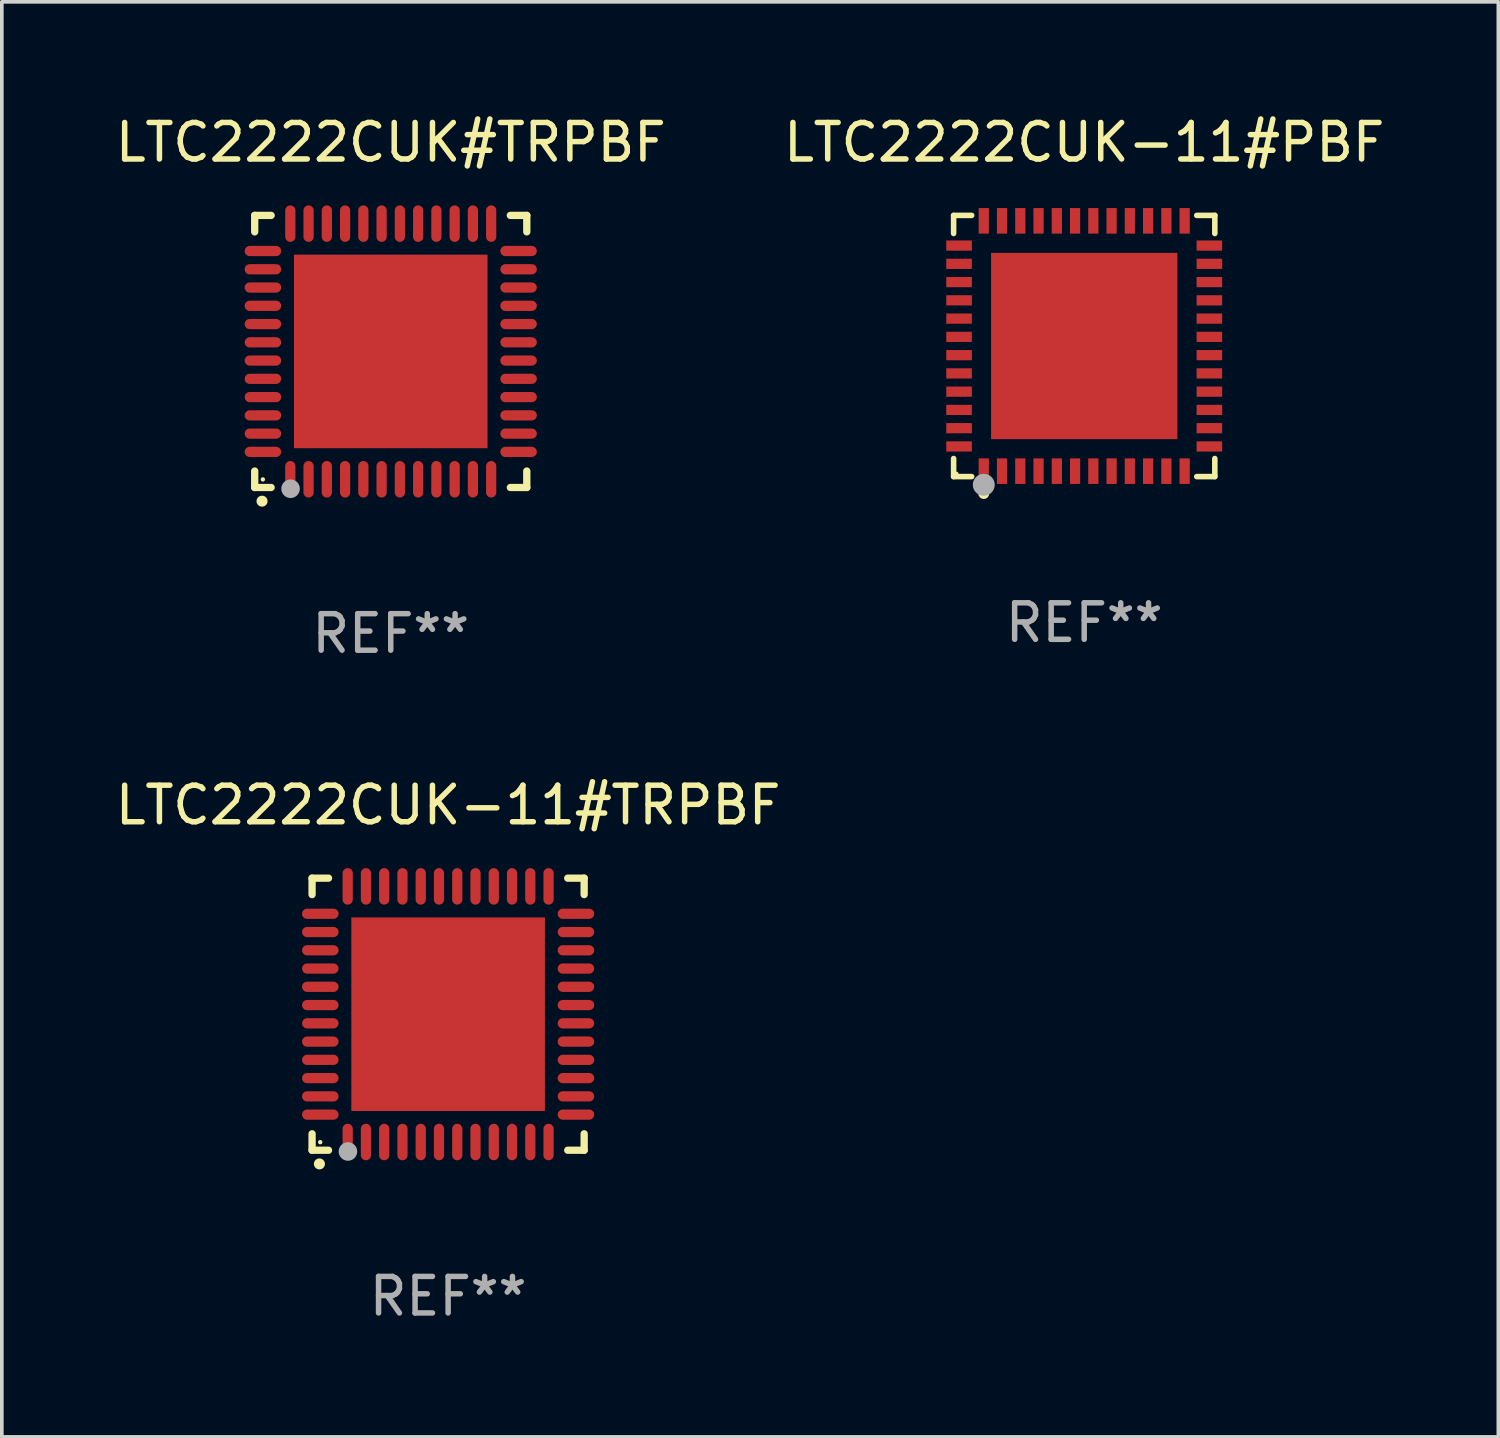
<source format=kicad_pcb>
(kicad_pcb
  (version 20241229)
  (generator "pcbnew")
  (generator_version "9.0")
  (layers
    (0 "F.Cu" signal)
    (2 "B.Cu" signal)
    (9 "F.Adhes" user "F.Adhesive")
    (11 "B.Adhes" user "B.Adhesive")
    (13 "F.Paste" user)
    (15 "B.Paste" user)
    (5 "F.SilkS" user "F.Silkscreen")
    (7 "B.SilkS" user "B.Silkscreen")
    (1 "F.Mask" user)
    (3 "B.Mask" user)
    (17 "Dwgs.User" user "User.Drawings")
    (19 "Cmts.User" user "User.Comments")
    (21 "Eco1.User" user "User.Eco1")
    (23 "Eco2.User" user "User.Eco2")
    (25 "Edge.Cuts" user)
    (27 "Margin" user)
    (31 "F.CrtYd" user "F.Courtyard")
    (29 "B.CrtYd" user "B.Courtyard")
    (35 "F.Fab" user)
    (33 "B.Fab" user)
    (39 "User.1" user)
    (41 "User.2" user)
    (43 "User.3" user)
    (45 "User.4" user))
  (footprint "LTC2222CUK#TRPBF"
    (layer "F.Cu")
    (at 7.649 6.573)
    (property "Reference" "LTC2222CUK#TRPBF" (at 0 -5.725 0) (layer "F.SilkS") (effects (font (size 1 1) (thickness 0.15))))
    (attr through_hole)
    (fp_line (start -3.725 -3.725) (end -3.275 -3.725) (stroke (width 0.2) (type solid)) (layer "F.SilkS"))
    (fp_line (start -3.725 -3.275) (end -3.725 -3.725) (stroke (width 0.2) (type solid)) (layer "F.SilkS"))
    (fp_line (start -3.725 3.725) (end -3.725 3.275) (stroke (width 0.2) (type solid)) (layer "F.SilkS"))
    (fp_line (start -3.275 3.725) (end -3.725 3.725) (stroke (width 0.2) (type solid)) (layer "F.SilkS"))
    (fp_line (start 3.275 3.725) (end 3.725 3.725) (stroke (width 0.2) (type solid)) (layer "F.SilkS"))
    (fp_line (start 3.725 -3.725) (end 3.275 -3.725) (stroke (width 0.2) (type solid)) (layer "F.SilkS"))
    (fp_line (start 3.725 -3.275) (end 3.725 -3.725) (stroke (width 0.2) (type solid)) (layer "F.SilkS"))
    (fp_line (start 3.725 3.725) (end 3.725 3.275) (stroke (width 0.2) (type solid)) (layer "F.SilkS"))
    (fp_arc (start -3.525527 4.099568) (mid -3.524257 4.099563) (end -3.522987 4.099568) (stroke (width 0.3) (type solid)) (layer "F.SilkS"))
    (fp_circle (center -3.502 3.504) (end -3.472 3.504) (stroke (width 0.06) (type solid)) (fill no) (layer "F.SilkS"))
    (fp_circle (center -2.743 3.759) (end -2.616 3.759) (stroke (width 0.254) (type solid)) (fill no) (layer "F.Fab"))
    (fp_text user "REF**" (at 0 7.725 0) (layer "F.Fab") (effects (font (size 1 1) (thickness 0.15))))
    (pad "1" smd oval (at -2.75 3.5) (size 0.28 1) (layers "F.Cu" "F.Mask" "F.Paste"))
    (pad "2" smd oval (at -2.25 3.5) (size 0.28 1) (layers "F.Cu" "F.Mask" "F.Paste"))
    (pad "3" smd oval (at -1.75 3.5) (size 0.28 1) (layers "F.Cu" "F.Mask" "F.Paste"))
    (pad "4" smd oval (at -1.25 3.5) (size 0.28 1) (layers "F.Cu" "F.Mask" "F.Paste"))
    (pad "5" smd oval (at -0.75 3.5) (size 0.28 1) (layers "F.Cu" "F.Mask" "F.Paste"))
    (pad "6" smd oval (at -0.25 3.5) (size 0.28 1) (layers "F.Cu" "F.Mask" "F.Paste"))
    (pad "7" smd oval (at 0.25 3.5) (size 0.28 1) (layers "F.Cu" "F.Mask" "F.Paste"))
    (pad "8" smd oval (at 0.75 3.5) (size 0.28 1) (layers "F.Cu" "F.Mask" "F.Paste"))
    (pad "9" smd oval (at 1.25 3.5) (size 0.28 1) (layers "F.Cu" "F.Mask" "F.Paste"))
    (pad "10" smd oval (at 1.75 3.5) (size 0.28 1) (layers "F.Cu" "F.Mask" "F.Paste"))
    (pad "11" smd oval (at 2.25 3.5) (size 0.28 1) (layers "F.Cu" "F.Mask" "F.Paste"))
    (pad "12" smd oval (at 2.75 3.5) (size 0.28 1) (layers "F.Cu" "F.Mask" "F.Paste"))
    (pad "13" smd oval (at 3.5 2.75) (size 1 0.28) (layers "F.Cu" "F.Mask" "F.Paste"))
    (pad "14" smd oval (at 3.5 2.25) (size 1 0.28) (layers "F.Cu" "F.Mask" "F.Paste"))
    (pad "15" smd oval (at 3.5 1.75) (size 1 0.28) (layers "F.Cu" "F.Mask" "F.Paste"))
    (pad "16" smd oval (at 3.5 1.25) (size 1 0.28) (layers "F.Cu" "F.Mask" "F.Paste"))
    (pad "17" smd oval (at 3.5 0.75) (size 1 0.28) (layers "F.Cu" "F.Mask" "F.Paste"))
    (pad "18" smd oval (at 3.5 0.25) (size 1 0.28) (layers "F.Cu" "F.Mask" "F.Paste"))
    (pad "19" smd oval (at 3.5 -0.25) (size 1 0.28) (layers "F.Cu" "F.Mask" "F.Paste"))
    (pad "20" smd oval (at 3.5 -0.75) (size 1 0.28) (layers "F.Cu" "F.Mask" "F.Paste"))
    (pad "21" smd oval (at 3.5 -1.25) (size 1 0.28) (layers "F.Cu" "F.Mask" "F.Paste"))
    (pad "22" smd oval (at 3.5 -1.75) (size 1 0.28) (layers "F.Cu" "F.Mask" "F.Paste"))
    (pad "23" smd oval (at 3.5 -2.25) (size 1 0.28) (layers "F.Cu" "F.Mask" "F.Paste"))
    (pad "24" smd oval (at 3.5 -2.75) (size 1 0.28) (layers "F.Cu" "F.Mask" "F.Paste"))
    (pad "25" smd oval (at 2.75 -3.5) (size 0.28 1) (layers "F.Cu" "F.Mask" "F.Paste"))
    (pad "26" smd oval (at 2.25 -3.5) (size 0.28 1) (layers "F.Cu" "F.Mask" "F.Paste"))
    (pad "27" smd oval (at 1.75 -3.5) (size 0.28 1) (layers "F.Cu" "F.Mask" "F.Paste"))
    (pad "28" smd oval (at 1.25 -3.5) (size 0.28 1) (layers "F.Cu" "F.Mask" "F.Paste"))
    (pad "29" smd oval (at 0.75 -3.5) (size 0.28 1) (layers "F.Cu" "F.Mask" "F.Paste"))
    (pad "30" smd oval (at 0.25 -3.5) (size 0.28 1) (layers "F.Cu" "F.Mask" "F.Paste"))
    (pad "31" smd oval (at -0.25 -3.5) (size 0.28 1) (layers "F.Cu" "F.Mask" "F.Paste"))
    (pad "32" smd oval (at -0.75 -3.5) (size 0.28 1) (layers "F.Cu" "F.Mask" "F.Paste"))
    (pad "33" smd oval (at -1.25 -3.5) (size 0.28 1) (layers "F.Cu" "F.Mask" "F.Paste"))
    (pad "34" smd oval (at -1.75 -3.5) (size 0.28 1) (layers "F.Cu" "F.Mask" "F.Paste"))
    (pad "35" smd oval (at -2.25 -3.5) (size 0.28 1) (layers "F.Cu" "F.Mask" "F.Paste"))
    (pad "36" smd oval (at -2.75 -3.5) (size 0.28 1) (layers "F.Cu" "F.Mask" "F.Paste"))
    (pad "37" smd oval (at -3.5 -2.75) (size 1 0.28) (layers "F.Cu" "F.Mask" "F.Paste"))
    (pad "38" smd oval (at -3.5 -2.25) (size 1 0.28) (layers "F.Cu" "F.Mask" "F.Paste"))
    (pad "39" smd oval (at -3.5 -1.75) (size 1 0.28) (layers "F.Cu" "F.Mask" "F.Paste"))
    (pad "40" smd oval (at -3.5 -1.25) (size 1 0.28) (layers "F.Cu" "F.Mask" "F.Paste"))
    (pad "41" smd oval (at -3.5 -0.75) (size 1 0.28) (layers "F.Cu" "F.Mask" "F.Paste"))
    (pad "42" smd oval (at -3.5 -0.25) (size 1 0.28) (layers "F.Cu" "F.Mask" "F.Paste"))
    (pad "43" smd oval (at -3.5 0.25) (size 1 0.28) (layers "F.Cu" "F.Mask" "F.Paste"))
    (pad "44" smd oval (at -3.5 0.75) (size 1 0.28) (layers "F.Cu" "F.Mask" "F.Paste"))
    (pad "45" smd oval (at -3.5 1.25) (size 1 0.28) (layers "F.Cu" "F.Mask" "F.Paste"))
    (pad "46" smd oval (at -3.5 1.75) (size 1 0.28) (layers "F.Cu" "F.Mask" "F.Paste"))
    (pad "47" smd oval (at -3.5 2.25) (size 1 0.28) (layers "F.Cu" "F.Mask" "F.Paste"))
    (pad "48" smd oval (at -3.5 2.75) (size 1 0.28) (layers "F.Cu" "F.Mask" "F.Paste"))
    (pad "49" smd rect (at 0 0) (size 5.3 5.3) (layers "F.Cu" "F.Mask" "F.Paste")))
  (footprint "LTC2222CUK-11#PBF"
    (layer "F.Cu")
    (at 26.637 6.424)
    (property "Reference" "LTC2222CUK-11#PBF" (at 0 -5.576 0) (layer "F.SilkS") (effects (font (size 1 1) (thickness 0.15))))
    (attr through_hole)
    (fp_line (start -3.576 -3.576) (end -3.081 -3.576) (stroke (width 0.152) (type solid)) (layer "F.SilkS"))
    (fp_line (start -3.576 -3.081) (end -3.576 -3.576) (stroke (width 0.152) (type solid)) (layer "F.SilkS"))
    (fp_line (start -3.576 3.081) (end -3.576 3.576) (stroke (width 0.152) (type solid)) (layer "F.SilkS"))
    (fp_line (start -3.576 3.576) (end -3.081 3.576) (stroke (width 0.152) (type solid)) (layer "F.SilkS"))
    (fp_line (start 3.576 -3.576) (end 3.081 -3.576) (stroke (width 0.152) (type solid)) (layer "F.SilkS"))
    (fp_line (start 3.576 -3.081) (end 3.576 -3.576) (stroke (width 0.152) (type solid)) (layer "F.SilkS"))
    (fp_line (start 3.576 3.081) (end 3.576 3.576) (stroke (width 0.152) (type solid)) (layer "F.SilkS"))
    (fp_line (start 3.576 3.576) (end 3.081 3.576) (stroke (width 0.152) (type solid)) (layer "F.SilkS"))
    (fp_circle (center -3.5 3.5) (end -3.47 3.5) (stroke (width 0.06) (type solid)) (fill no) (layer "F.SilkS"))
    (fp_circle (center -2.75 4.04) (end -2.675 4.04) (stroke (width 0.15) (type solid)) (fill no) (layer "F.SilkS"))
    (fp_circle (center -2.75 3.8) (end -2.6 3.8) (stroke (width 0.3) (type solid)) (fill no) (layer "F.Fab"))
    (fp_text user "REF**" (at 0 7.576 0) (layer "F.Fab") (effects (font (size 1 1) (thickness 0.15))))
    (pad "1" smd rect (at -2.75 3.427) (size 0.28 0.7) (layers "F.Cu" "F.Mask" "F.Paste"))
    (pad "2" smd rect (at -2.25 3.427) (size 0.28 0.7) (layers "F.Cu" "F.Mask" "F.Paste"))
    (pad "3" smd rect (at -1.75 3.427) (size 0.28 0.7) (layers "F.Cu" "F.Mask" "F.Paste"))
    (pad "4" smd rect (at -1.25 3.427) (size 0.28 0.7) (layers "F.Cu" "F.Mask" "F.Paste"))
    (pad "5" smd rect (at -0.75 3.427) (size 0.28 0.7) (layers "F.Cu" "F.Mask" "F.Paste"))
    (pad "6" smd rect (at -0.25 3.427) (size 0.28 0.7) (layers "F.Cu" "F.Mask" "F.Paste"))
    (pad "7" smd rect (at 0.25 3.427) (size 0.28 0.7) (layers "F.Cu" "F.Mask" "F.Paste"))
    (pad "8" smd rect (at 0.75 3.427) (size 0.28 0.7) (layers "F.Cu" "F.Mask" "F.Paste"))
    (pad "9" smd rect (at 1.25 3.427) (size 0.28 0.7) (layers "F.Cu" "F.Mask" "F.Paste"))
    (pad "10" smd rect (at 1.75 3.427) (size 0.28 0.7) (layers "F.Cu" "F.Mask" "F.Paste"))
    (pad "11" smd rect (at 2.25 3.427) (size 0.28 0.7) (layers "F.Cu" "F.Mask" "F.Paste"))
    (pad "12" smd rect (at 2.75 3.427) (size 0.28 0.7) (layers "F.Cu" "F.Mask" "F.Paste"))
    (pad "13" smd rect (at 3.427 2.75) (size 0.7 0.28) (layers "F.Cu" "F.Mask" "F.Paste"))
    (pad "14" smd rect (at 3.427 2.25) (size 0.7 0.28) (layers "F.Cu" "F.Mask" "F.Paste"))
    (pad "15" smd rect (at 3.427 1.75) (size 0.7 0.28) (layers "F.Cu" "F.Mask" "F.Paste"))
    (pad "16" smd rect (at 3.427 1.25) (size 0.7 0.28) (layers "F.Cu" "F.Mask" "F.Paste"))
    (pad "17" smd rect (at 3.427 0.75) (size 0.7 0.28) (layers "F.Cu" "F.Mask" "F.Paste"))
    (pad "18" smd rect (at 3.427 0.25) (size 0.7 0.28) (layers "F.Cu" "F.Mask" "F.Paste"))
    (pad "19" smd rect (at 3.427 -0.25) (size 0.7 0.28) (layers "F.Cu" "F.Mask" "F.Paste"))
    (pad "20" smd rect (at 3.427 -0.75) (size 0.7 0.28) (layers "F.Cu" "F.Mask" "F.Paste"))
    (pad "21" smd rect (at 3.427 -1.25) (size 0.7 0.28) (layers "F.Cu" "F.Mask" "F.Paste"))
    (pad "22" smd rect (at 3.427 -1.75) (size 0.7 0.28) (layers "F.Cu" "F.Mask" "F.Paste"))
    (pad "23" smd rect (at 3.427 -2.25) (size 0.7 0.28) (layers "F.Cu" "F.Mask" "F.Paste"))
    (pad "24" smd rect (at 3.427 -2.75) (size 0.7 0.28) (layers "F.Cu" "F.Mask" "F.Paste"))
    (pad "25" smd rect (at 2.75 -3.427) (size 0.28 0.7) (layers "F.Cu" "F.Mask" "F.Paste"))
    (pad "26" smd rect (at 2.25 -3.427) (size 0.28 0.7) (layers "F.Cu" "F.Mask" "F.Paste"))
    (pad "27" smd rect (at 1.75 -3.427) (size 0.28 0.7) (layers "F.Cu" "F.Mask" "F.Paste"))
    (pad "28" smd rect (at 1.25 -3.427) (size 0.28 0.7) (layers "F.Cu" "F.Mask" "F.Paste"))
    (pad "29" smd rect (at 0.75 -3.427) (size 0.28 0.7) (layers "F.Cu" "F.Mask" "F.Paste"))
    (pad "30" smd rect (at 0.25 -3.427) (size 0.28 0.7) (layers "F.Cu" "F.Mask" "F.Paste"))
    (pad "31" smd rect (at -0.25 -3.427) (size 0.28 0.7) (layers "F.Cu" "F.Mask" "F.Paste"))
    (pad "32" smd rect (at -0.75 -3.427) (size 0.28 0.7) (layers "F.Cu" "F.Mask" "F.Paste"))
    (pad "33" smd rect (at -1.25 -3.427) (size 0.28 0.7) (layers "F.Cu" "F.Mask" "F.Paste"))
    (pad "34" smd rect (at -1.75 -3.427) (size 0.28 0.7) (layers "F.Cu" "F.Mask" "F.Paste"))
    (pad "35" smd rect (at -2.25 -3.427) (size 0.28 0.7) (layers "F.Cu" "F.Mask" "F.Paste"))
    (pad "36" smd rect (at -2.75 -3.427) (size 0.28 0.7) (layers "F.Cu" "F.Mask" "F.Paste"))
    (pad "37" smd rect (at -3.427 -2.75) (size 0.7 0.28) (layers "F.Cu" "F.Mask" "F.Paste"))
    (pad "38" smd rect (at -3.427 -2.25) (size 0.7 0.28) (layers "F.Cu" "F.Mask" "F.Paste"))
    (pad "39" smd rect (at -3.427 -1.75) (size 0.7 0.28) (layers "F.Cu" "F.Mask" "F.Paste"))
    (pad "40" smd rect (at -3.427 -1.25) (size 0.7 0.28) (layers "F.Cu" "F.Mask" "F.Paste"))
    (pad "41" smd rect (at -3.427 -0.75) (size 0.7 0.28) (layers "F.Cu" "F.Mask" "F.Paste"))
    (pad "42" smd rect (at -3.427 -0.25) (size 0.7 0.28) (layers "F.Cu" "F.Mask" "F.Paste"))
    (pad "43" smd rect (at -3.427 0.25) (size 0.7 0.28) (layers "F.Cu" "F.Mask" "F.Paste"))
    (pad "44" smd rect (at -3.427 0.75) (size 0.7 0.28) (layers "F.Cu" "F.Mask" "F.Paste"))
    (pad "45" smd rect (at -3.427 1.25) (size 0.7 0.28) (layers "F.Cu" "F.Mask" "F.Paste"))
    (pad "46" smd rect (at -3.427 1.75) (size 0.7 0.28) (layers "F.Cu" "F.Mask" "F.Paste"))
    (pad "47" smd rect (at -3.427 2.25) (size 0.7 0.28) (layers "F.Cu" "F.Mask" "F.Paste"))
    (pad "48" smd rect (at -3.427 2.75) (size 0.7 0.28) (layers "F.Cu" "F.Mask" "F.Paste"))
    (pad "49" smd rect (at 0 0) (size 5.1 5.1) (layers "F.Cu" "F.Mask" "F.Paste")))
  (footprint "LTC2222CUK-11#TRPBF"
    (layer "F.Cu")
    (at 9.22 24.72)
    (property "Reference" "LTC2222CUK-11#TRPBF" (at 0 -5.725 0) (layer "F.SilkS") (effects (font (size 1 1) (thickness 0.15))))
    (attr through_hole)
    (fp_line (start -3.725 -3.725) (end -3.275 -3.725) (stroke (width 0.2) (type solid)) (layer "F.SilkS"))
    (fp_line (start -3.725 -3.275) (end -3.725 -3.725) (stroke (width 0.2) (type solid)) (layer "F.SilkS"))
    (fp_line (start -3.725 3.725) (end -3.725 3.275) (stroke (width 0.2) (type solid)) (layer "F.SilkS"))
    (fp_line (start -3.275 3.725) (end -3.725 3.725) (stroke (width 0.2) (type solid)) (layer "F.SilkS"))
    (fp_line (start 3.275 3.725) (end 3.725 3.725) (stroke (width 0.2) (type solid)) (layer "F.SilkS"))
    (fp_line (start 3.725 -3.725) (end 3.275 -3.725) (stroke (width 0.2) (type solid)) (layer "F.SilkS"))
    (fp_line (start 3.725 -3.275) (end 3.725 -3.725) (stroke (width 0.2) (type solid)) (layer "F.SilkS"))
    (fp_line (start 3.725 3.725) (end 3.725 3.275) (stroke (width 0.2) (type solid)) (layer "F.SilkS"))
    (fp_arc (start -3.525527 4.099568) (mid -3.524257 4.099563) (end -3.522987 4.099568) (stroke (width 0.3) (type solid)) (layer "F.SilkS"))
    (fp_circle (center -3.502 3.504) (end -3.472 3.504) (stroke (width 0.06) (type solid)) (fill no) (layer "F.SilkS"))
    (fp_circle (center -2.743 3.759) (end -2.616 3.759) (stroke (width 0.254) (type solid)) (fill no) (layer "F.Fab"))
    (fp_text user "REF**" (at 0 7.725 0) (layer "F.Fab") (effects (font (size 1 1) (thickness 0.15))))
    (pad "1" smd oval (at -2.75 3.5) (size 0.28 1) (layers "F.Cu" "F.Mask" "F.Paste"))
    (pad "2" smd oval (at -2.25 3.5) (size 0.28 1) (layers "F.Cu" "F.Mask" "F.Paste"))
    (pad "3" smd oval (at -1.75 3.5) (size 0.28 1) (layers "F.Cu" "F.Mask" "F.Paste"))
    (pad "4" smd oval (at -1.25 3.5) (size 0.28 1) (layers "F.Cu" "F.Mask" "F.Paste"))
    (pad "5" smd oval (at -0.75 3.5) (size 0.28 1) (layers "F.Cu" "F.Mask" "F.Paste"))
    (pad "6" smd oval (at -0.25 3.5) (size 0.28 1) (layers "F.Cu" "F.Mask" "F.Paste"))
    (pad "7" smd oval (at 0.25 3.5) (size 0.28 1) (layers "F.Cu" "F.Mask" "F.Paste"))
    (pad "8" smd oval (at 0.75 3.5) (size 0.28 1) (layers "F.Cu" "F.Mask" "F.Paste"))
    (pad "9" smd oval (at 1.25 3.5) (size 0.28 1) (layers "F.Cu" "F.Mask" "F.Paste"))
    (pad "10" smd oval (at 1.75 3.5) (size 0.28 1) (layers "F.Cu" "F.Mask" "F.Paste"))
    (pad "11" smd oval (at 2.25 3.5) (size 0.28 1) (layers "F.Cu" "F.Mask" "F.Paste"))
    (pad "12" smd oval (at 2.75 3.5) (size 0.28 1) (layers "F.Cu" "F.Mask" "F.Paste"))
    (pad "13" smd oval (at 3.5 2.75) (size 1 0.28) (layers "F.Cu" "F.Mask" "F.Paste"))
    (pad "14" smd oval (at 3.5 2.25) (size 1 0.28) (layers "F.Cu" "F.Mask" "F.Paste"))
    (pad "15" smd oval (at 3.5 1.75) (size 1 0.28) (layers "F.Cu" "F.Mask" "F.Paste"))
    (pad "16" smd oval (at 3.5 1.25) (size 1 0.28) (layers "F.Cu" "F.Mask" "F.Paste"))
    (pad "17" smd oval (at 3.5 0.75) (size 1 0.28) (layers "F.Cu" "F.Mask" "F.Paste"))
    (pad "18" smd oval (at 3.5 0.25) (size 1 0.28) (layers "F.Cu" "F.Mask" "F.Paste"))
    (pad "19" smd oval (at 3.5 -0.25) (size 1 0.28) (layers "F.Cu" "F.Mask" "F.Paste"))
    (pad "20" smd oval (at 3.5 -0.75) (size 1 0.28) (layers "F.Cu" "F.Mask" "F.Paste"))
    (pad "21" smd oval (at 3.5 -1.25) (size 1 0.28) (layers "F.Cu" "F.Mask" "F.Paste"))
    (pad "22" smd oval (at 3.5 -1.75) (size 1 0.28) (layers "F.Cu" "F.Mask" "F.Paste"))
    (pad "23" smd oval (at 3.5 -2.25) (size 1 0.28) (layers "F.Cu" "F.Mask" "F.Paste"))
    (pad "24" smd oval (at 3.5 -2.75) (size 1 0.28) (layers "F.Cu" "F.Mask" "F.Paste"))
    (pad "25" smd oval (at 2.75 -3.5) (size 0.28 1) (layers "F.Cu" "F.Mask" "F.Paste"))
    (pad "26" smd oval (at 2.25 -3.5) (size 0.28 1) (layers "F.Cu" "F.Mask" "F.Paste"))
    (pad "27" smd oval (at 1.75 -3.5) (size 0.28 1) (layers "F.Cu" "F.Mask" "F.Paste"))
    (pad "28" smd oval (at 1.25 -3.5) (size 0.28 1) (layers "F.Cu" "F.Mask" "F.Paste"))
    (pad "29" smd oval (at 0.75 -3.5) (size 0.28 1) (layers "F.Cu" "F.Mask" "F.Paste"))
    (pad "30" smd oval (at 0.25 -3.5) (size 0.28 1) (layers "F.Cu" "F.Mask" "F.Paste"))
    (pad "31" smd oval (at -0.25 -3.5) (size 0.28 1) (layers "F.Cu" "F.Mask" "F.Paste"))
    (pad "32" smd oval (at -0.75 -3.5) (size 0.28 1) (layers "F.Cu" "F.Mask" "F.Paste"))
    (pad "33" smd oval (at -1.25 -3.5) (size 0.28 1) (layers "F.Cu" "F.Mask" "F.Paste"))
    (pad "34" smd oval (at -1.75 -3.5) (size 0.28 1) (layers "F.Cu" "F.Mask" "F.Paste"))
    (pad "35" smd oval (at -2.25 -3.5) (size 0.28 1) (layers "F.Cu" "F.Mask" "F.Paste"))
    (pad "36" smd oval (at -2.75 -3.5) (size 0.28 1) (layers "F.Cu" "F.Mask" "F.Paste"))
    (pad "37" smd oval (at -3.5 -2.75) (size 1 0.28) (layers "F.Cu" "F.Mask" "F.Paste"))
    (pad "38" smd oval (at -3.5 -2.25) (size 1 0.28) (layers "F.Cu" "F.Mask" "F.Paste"))
    (pad "39" smd oval (at -3.5 -1.75) (size 1 0.28) (layers "F.Cu" "F.Mask" "F.Paste"))
    (pad "40" smd oval (at -3.5 -1.25) (size 1 0.28) (layers "F.Cu" "F.Mask" "F.Paste"))
    (pad "41" smd oval (at -3.5 -0.75) (size 1 0.28) (layers "F.Cu" "F.Mask" "F.Paste"))
    (pad "42" smd oval (at -3.5 -0.25) (size 1 0.28) (layers "F.Cu" "F.Mask" "F.Paste"))
    (pad "43" smd oval (at -3.5 0.25) (size 1 0.28) (layers "F.Cu" "F.Mask" "F.Paste"))
    (pad "44" smd oval (at -3.5 0.75) (size 1 0.28) (layers "F.Cu" "F.Mask" "F.Paste"))
    (pad "45" smd oval (at -3.5 1.25) (size 1 0.28) (layers "F.Cu" "F.Mask" "F.Paste"))
    (pad "46" smd oval (at -3.5 1.75) (size 1 0.28) (layers "F.Cu" "F.Mask" "F.Paste"))
    (pad "47" smd oval (at -3.5 2.25) (size 1 0.28) (layers "F.Cu" "F.Mask" "F.Paste"))
    (pad "48" smd oval (at -3.5 2.75) (size 1 0.28) (layers "F.Cu" "F.Mask" "F.Paste"))
    (pad "49" smd rect (at 0 0) (size 5.3 5.3) (layers "F.Cu" "F.Mask" "F.Paste")))
  (gr_rect
    (start -3 -3)
    (end 37.976 36.293)
    (stroke (width 0.1) (type default))
    (fill no)
    (layer "Edge.Cuts")))
</source>
